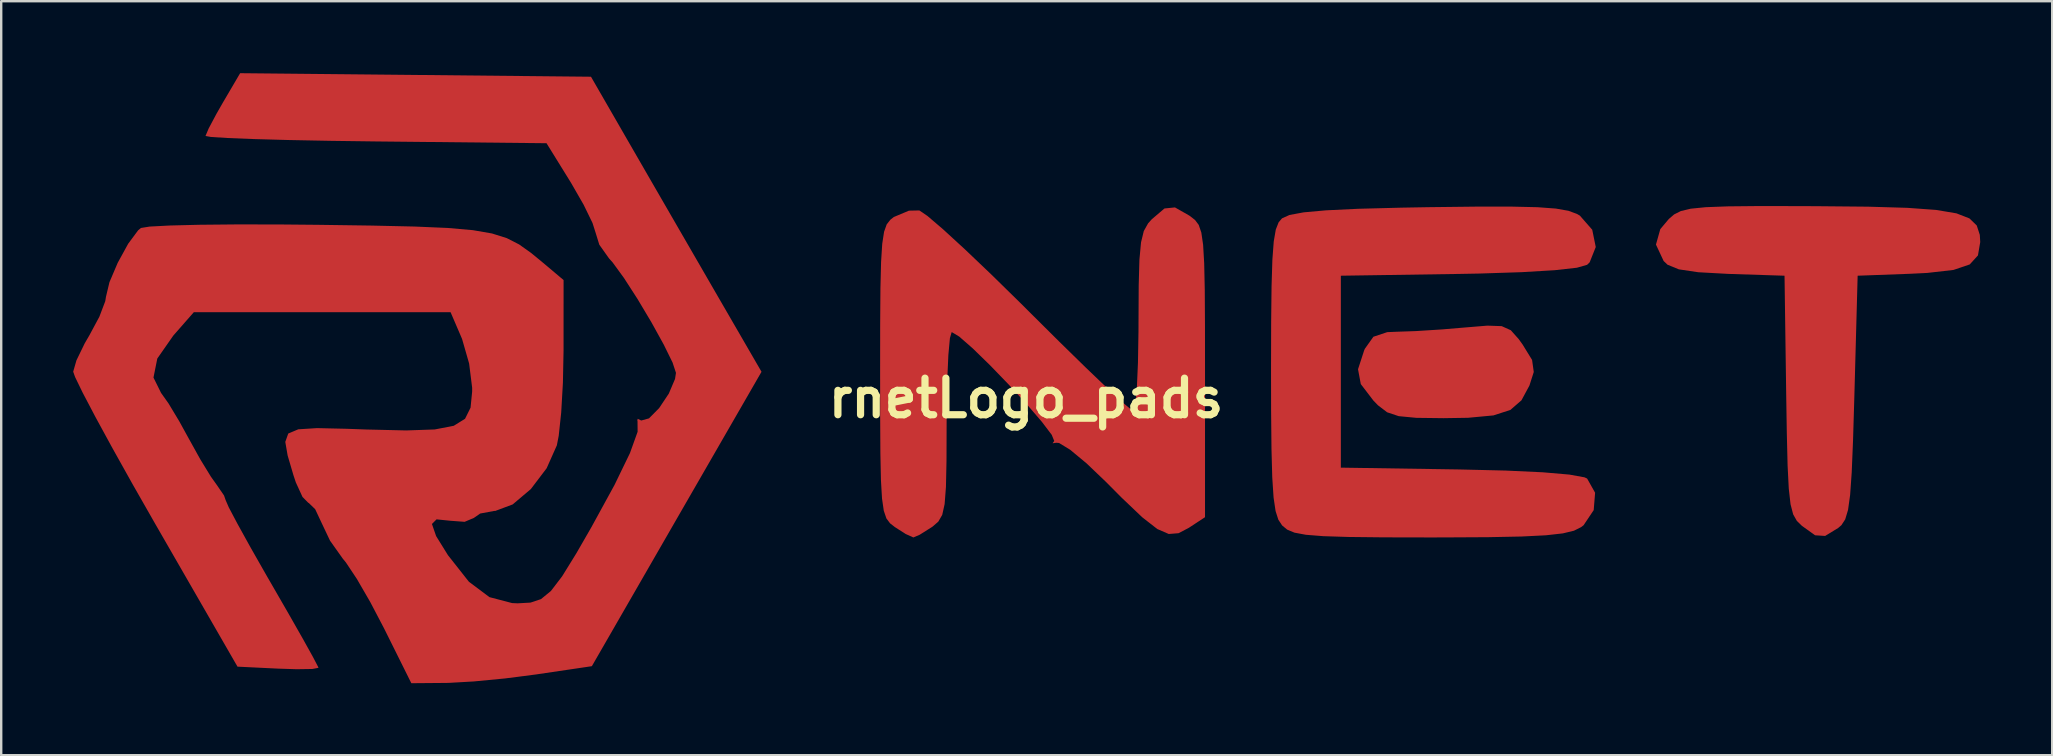
<source format=kicad_pcb>
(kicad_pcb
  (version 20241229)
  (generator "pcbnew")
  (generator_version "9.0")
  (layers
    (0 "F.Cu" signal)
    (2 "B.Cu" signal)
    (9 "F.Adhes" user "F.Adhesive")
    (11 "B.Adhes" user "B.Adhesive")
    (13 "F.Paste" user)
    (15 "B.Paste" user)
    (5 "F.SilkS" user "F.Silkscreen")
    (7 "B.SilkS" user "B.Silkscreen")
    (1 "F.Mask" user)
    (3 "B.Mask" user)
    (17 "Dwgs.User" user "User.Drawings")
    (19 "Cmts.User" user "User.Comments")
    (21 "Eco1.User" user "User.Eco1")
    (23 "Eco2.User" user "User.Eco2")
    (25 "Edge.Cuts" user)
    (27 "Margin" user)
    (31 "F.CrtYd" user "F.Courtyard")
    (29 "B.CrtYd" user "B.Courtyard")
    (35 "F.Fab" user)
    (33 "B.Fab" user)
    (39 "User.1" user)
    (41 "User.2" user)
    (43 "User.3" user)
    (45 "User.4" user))
  (footprint "rnetLogo_pads"
    (layer "F.Cu")
    (at 39.703 13.542)
    (property "Reference" "rnetLogo_pads" (at 0 0 0) (layer "F.SilkS") (effects (font (size 1.524 1.524) (thickness 0.3))))
    (attr through_hole)
    (pad "1" smd custom (at -14 -3) (size 1.524 1.524) (layers "F.Cu" "F.Mask" "F.Paste") (options (anchor circle)) (primitives (gr_poly (pts (xy -11.437 -10.464) (xy -4.13 -10.39) (xy -2.538 -7.629) (xy -1.756 -6.274) (xy -0.817 -4.649) (xy 0.158 -2.963) (xy 1.013 -1.484) (xy 2.973 1.9) (xy -0.561 8.031) (xy -4.094 14.163) (xy -6.41 14.506) (xy -7.708 14.673) (xy -9.007 14.798) (xy -10.051 14.858) (xy -10.167 14.86) (xy -11.61 14.872) (xy -12.743 12.594) (xy -13.317 11.499) (xy -13.878 10.53) (xy -14.334 9.844) (xy -14.465 9.684) (xy -14.996 8.936) (xy -15.341 8.208) (xy -15.615 7.624) (xy -15.889 7.358) (xy -15.903 7.356) (xy -16.144 7.112) (xy -16.421 6.508) (xy -16.52 6.21) (xy -16.763 5.385) (xy -16.86 4.822) (xy -16.738 4.477) (xy -16.323 4.302) (xy -15.542 4.252) (xy -14.321 4.28) (xy -13.488 4.31) (xy -11.826 4.349) (xy -10.637 4.308) (xy -9.844 4.155) (xy -9.371 3.862) (xy -9.14 3.396) (xy -9.074 2.728) (xy -9.074 2.562) (xy -9.2 1.555) (xy -9.492 0.538) (xy -9.53 0.446) (xy -9.975 -0.589) (xy -20.678 -0.589) (xy -21.534 0.387) (xy -22.203 1.346) (xy -22.363 2.142) (xy -22.046 2.783) (xy -21.736 3.22) (xy -21.286 3.968) (xy -20.902 4.666) (xy -20.413 5.547) (xy -19.969 6.273) (xy -19.728 6.611) (xy -19.422 7.057) (xy -19.354 7.253) (xy -19.223 7.554) (xy -18.861 8.239) (xy -18.321 9.215) (xy -17.652 10.39) (xy -17.422 10.788) (xy -16.724 11.998) (xy -16.138 13.028) (xy -15.715 13.789) (xy -15.504 14.193) (xy -15.489 14.232) (xy -15.74 14.279) (xy -16.392 14.289) (xy -17.172 14.264) (xy -18.854 14.182) (xy -22.274 8.246) (xy -23.218 6.592) (xy -24.062 5.082) (xy -24.769 3.786) (xy -25.301 2.774) (xy -25.62 2.116) (xy -25.698 1.896) (xy -25.562 1.423) (xy -25.216 0.712) (xy -25.021 0.377) (xy -24.608 -0.392) (xy -24.362 -1.04) (xy -24.333 -1.221) (xy -24.188 -1.83) (xy -23.843 -2.64) (xy -23.408 -3.433) (xy -22.994 -3.991) (xy -22.878 -4.088) (xy -22.517 -4.146) (xy -21.681 -4.19) (xy -20.449 -4.221) (xy -18.9 -4.236) (xy -17.112 -4.234) (xy -15.494 -4.219) (xy -13.243 -4.187) (xy -11.468 -4.147) (xy -10.095 -4.088) (xy -9.049 -3.996) (xy -8.255 -3.859) (xy -7.638 -3.665) (xy -7.122 -3.401) (xy -6.632 -3.053) (xy -6.135 -2.645) (xy -5.274 -1.92) (xy -5.275 1.023) (xy -5.302 2.36) (xy -5.373 3.597) (xy -5.476 4.562) (xy -5.554 4.963) (xy -5.979 5.917) (xy -6.637 6.784) (xy -7.393 7.423) (xy -8.112 7.692) (xy -8.159 7.693) (xy -8.747 7.802) (xy -9.011 7.986) (xy -9.393 8.147) (xy -9.994 8.102) (xy -10.565 8.044) (xy -10.76 8.241) (xy -10.585 8.748) (xy -10.091 9.545) (xy -9.217 10.653) (xy -8.36 11.295) (xy -7.414 11.543) (xy -7.18 11.553) (xy -6.645 11.523) (xy -6.208 11.377) (xy -5.793 11.037) (xy -5.326 10.426) (xy -4.733 9.467) (xy -4.109 8.384) (xy -3.143 6.619) (xy -2.499 5.29) (xy -2.179 4.401) (xy -2.183 3.955) (xy -2.191 3.945) (xy -2.179 3.866) (xy -2.034 3.936) (xy -1.708 3.846) (xy -1.283 3.416) (xy -0.88 2.812) (xy -0.62 2.2) (xy -0.581 1.944) (xy -0.722 1.515) (xy -1.09 0.766) (xy -1.604 -0.164) (xy -2.185 -1.138) (xy -2.752 -2.016) (xy -3.222 -2.661) (xy -3.371 -2.827) (xy -3.776 -3.398) (xy -3.91 -3.833) (xy -4.058 -4.301) (xy -4.43 -5.065) (xy -4.946 -5.962) (xy -4.952 -5.973) (xy -5.977 -7.629) (xy -13.08 -7.703) (xy -14.995 -7.729) (xy -16.715 -7.762) (xy -18.166 -7.802) (xy -19.275 -7.846) (xy -19.971 -7.891) (xy -20.183 -7.93) (xy -20.054 -8.236) (xy -19.726 -8.852) (xy -19.464 -9.31) (xy -18.744 -10.537) (xy -11.437 -10.464)) (width 0.01) (fill yes))))
    (pad "1" smd custom (at -4 -4.5) (size 1.524 1.524) (layers "F.Cu" "F.Mask" "F.Paste") (options (anchor circle)) (primitives (gr_poly (pts (xy 10.798 -3.107) (xy 10.841 -3.077) (xy 11.041 -2.92) (xy 11.192 -2.719) (xy 11.301 -2.4) (xy 11.375 -1.891) (xy 11.42 -1.119) (xy 11.444 -0.01) (xy 11.453 1.508) (xy 11.454 3.405) (xy 11.454 9.457) (xy 10.783 9.897) (xy 10.357 10.121) (xy 9.949 10.154) (xy 9.474 9.948) (xy 8.846 9.458) (xy 7.981 8.635) (xy 7.334 7.984) (xy 6.526 7.212) (xy 5.841 6.644) (xy 5.379 6.362) (xy 5.264 6.352) (xy 5.117 6.373) (xy 5.182 6.284) (xy 5.076 6.024) (xy 4.663 5.48) (xy 4.036 4.75) (xy 3.286 3.932) (xy 2.505 3.124) (xy 1.786 2.424) (xy 1.221 1.93) (xy 0.903 1.739) (xy 0.9 1.739) (xy 0.824 1.999) (xy 0.759 2.711) (xy 0.712 3.778) (xy 0.689 5.1) (xy 0.687 5.589) (xy 0.682 7.122) (xy 0.659 8.198) (xy 0.604 8.913) (xy 0.504 9.361) (xy 0.343 9.639) (xy 0.11 9.842) (xy 0.073 9.868) (xy -0.432 10.186) (xy -0.693 10.298) (xy -1.009 10.156) (xy -1.46 9.868) (xy -1.661 9.711) (xy -1.812 9.51) (xy -1.921 9.191) (xy -1.995 8.681) (xy -2.04 7.908) (xy -2.063 6.798) (xy -2.072 5.279) (xy -2.074 3.396) (xy -2.072 1.417) (xy -2.061 -0.082) (xy -2.034 -1.175) (xy -1.986 -1.933) (xy -1.91 -2.431) (xy -1.8 -2.74) (xy -1.648 -2.933) (xy -1.504 -3.046) (xy -0.877 -3.309) (xy -0.445 -3.318) (xy -0.11 -3.09) (xy 0.546 -2.529) (xy 1.457 -1.693) (xy 2.559 -0.643) (xy 3.786 0.56) (xy 4.158 0.931) (xy 5.391 2.156) (xy 6.495 3.236) (xy 7.412 4.113) (xy 8.082 4.731) (xy 8.442 5.032) (xy 8.483 5.052) (xy 8.56 4.793) (xy 8.624 4.082) (xy 8.67 3.02) (xy 8.692 1.708) (xy 8.693 1.325) (xy 8.701 -0.2) (xy 8.731 -1.272) (xy 8.798 -1.993) (xy 8.913 -2.463) (xy 9.091 -2.781) (xy 9.246 -2.954) (xy 9.771 -3.4) (xy 10.206 -3.444) (xy 10.798 -3.107)) (width 0.01) (fill yes))))
    (pad "1" smd custom (at 12 -3) (size 1.524 1.524) (layers "F.Cu" "F.Mask" "F.Paste") (options (anchor circle)) (primitives (gr_poly (pts (xy 9.311 -4.953) (xy 10.079 -4.896) (xy 10.601 -4.804) (xy 10.956 -4.673) (xy 11.077 -4.602) (xy 11.59 -4.016) (xy 11.736 -3.299) (xy 11.483 -2.664) (xy 11.378 -2.562) (xy 10.955 -2.441) (xy 10.031 -2.338) (xy 8.654 -2.256) (xy 6.875 -2.198) (xy 6.063 -2.183) (xy 1.114 -2.108) (xy 1.114 5.899) (xy 6.063 5.975) (xy 7.989 6.021) (xy 9.532 6.093) (xy 10.643 6.189) (xy 11.273 6.303) (xy 11.378 6.353) (xy 11.709 6.941) (xy 11.651 7.662) (xy 11.23 8.291) (xy 11.13 8.368) (xy 10.83 8.518) (xy 10.367 8.629) (xy 9.666 8.708) (xy 8.654 8.759) (xy 7.258 8.787) (xy 5.403 8.797) (xy 4.823 8.798) (xy 2.893 8.794) (xy 1.44 8.778) (xy 0.389 8.745) (xy -0.337 8.687) (xy -0.813 8.598) (xy -1.114 8.473) (xy -1.316 8.306) (xy -1.328 8.293) (xy -1.481 8.061) (xy -1.596 7.7) (xy -1.679 7.138) (xy -1.734 6.302) (xy -1.766 5.119) (xy -1.782 3.516) (xy -1.785 1.839) (xy -1.78 -0.153) (xy -1.763 -1.664) (xy -1.729 -2.765) (xy -1.672 -3.529) (xy -1.587 -4.025) (xy -1.469 -4.326) (xy -1.329 -4.49) (xy -1.02 -4.629) (xy -0.428 -4.739) (xy 0.506 -4.823) (xy 1.842 -4.887) (xy 3.639 -4.934) (xy 4.769 -4.954) (xy 6.732 -4.977) (xy 8.221 -4.978) (xy 9.311 -4.953)) (width 0.01) (fill yes))))
    (pad "1" smd custom (at 18 -1) (size 1.524 1.524) (layers "F.Cu" "F.Mask" "F.Paste") (options (anchor circle)) (primitives (gr_poly (pts (xy 1.821 -1.997) (xy 2.2 -1.826) (xy 2.528 -1.457) (xy 2.69 -1.231) (xy 3.083 -0.592) (xy 3.153 -0.092) (xy 2.973 0.471) (xy 2.641 1.086) (xy 2.181 1.485) (xy 1.477 1.713) (xy 0.418 1.812) (xy -0.602 1.828) (xy -1.736 1.814) (xy -2.469 1.744) (xy -2.95 1.583) (xy -3.33 1.293) (xy -3.519 1.098) (xy -4.045 0.411) (xy -4.16 -0.205) (xy -3.903 -0.995) (xy -3.875 -1.058) (xy -3.521 -1.556) (xy -2.946 -1.747) (xy -2.564 -1.763) (xy -1.751 -1.791) (xy -0.656 -1.861) (xy 0.246 -1.937) (xy 1.226 -2.018) (xy 1.821 -1.997)) (width 0.01) (fill yes))))
    (pad "1" smd custom (at 32 -6.5) (size 1.524 1.524) (layers "F.Cu" "F.Mask" "F.Paste") (options (anchor circle)) (primitives (gr_poly (pts (xy 0.285 -1.498) (xy 0.966 -1.495) (xy 3.089 -1.475) (xy 4.722 -1.427) (xy 5.928 -1.339) (xy 6.77 -1.197) (xy 7.311 -0.986) (xy 7.613 -0.693) (xy 7.739 -0.305) (xy 7.757 -0.006) (xy 7.662 0.549) (xy 7.322 0.922) (xy 6.648 1.151) (xy 5.553 1.276) (xy 4.845 1.311) (xy 2.649 1.392) (xy 2.511 6.454) (xy 2.457 8.257) (xy 2.402 9.589) (xy 2.336 10.528) (xy 2.249 11.154) (xy 2.131 11.548) (xy 1.973 11.789) (xy 1.837 11.906) (xy 1.298 12.235) (xy 0.882 12.208) (xy 0.334 11.815) (xy 0.125 11.611) (xy -0.028 11.34) (xy -0.137 10.921) (xy -0.211 10.27) (xy -0.26 9.304) (xy -0.293 7.941) (xy -0.318 6.362) (xy -0.388 1.392) (xy -2.735 1.316) (xy -3.987 1.247) (xy -4.795 1.127) (xy -5.266 0.934) (xy -5.427 0.78) (xy -5.745 0.099) (xy -5.565 -0.542) (xy -5.212 -0.962) (xy -4.992 -1.152) (xy -4.714 -1.292) (xy -4.3 -1.391) (xy -3.67 -1.454) (xy -2.748 -1.488) (xy -1.456 -1.501) (xy 0.285 -1.498)) (width 0.01) (fill yes)))))
  (gr_rect
    (start -3 -3)
    (end 82.464 28.419)
    (stroke (width 0.1) (type default))
    (fill no)
    (layer "Edge.Cuts")))
</source>
